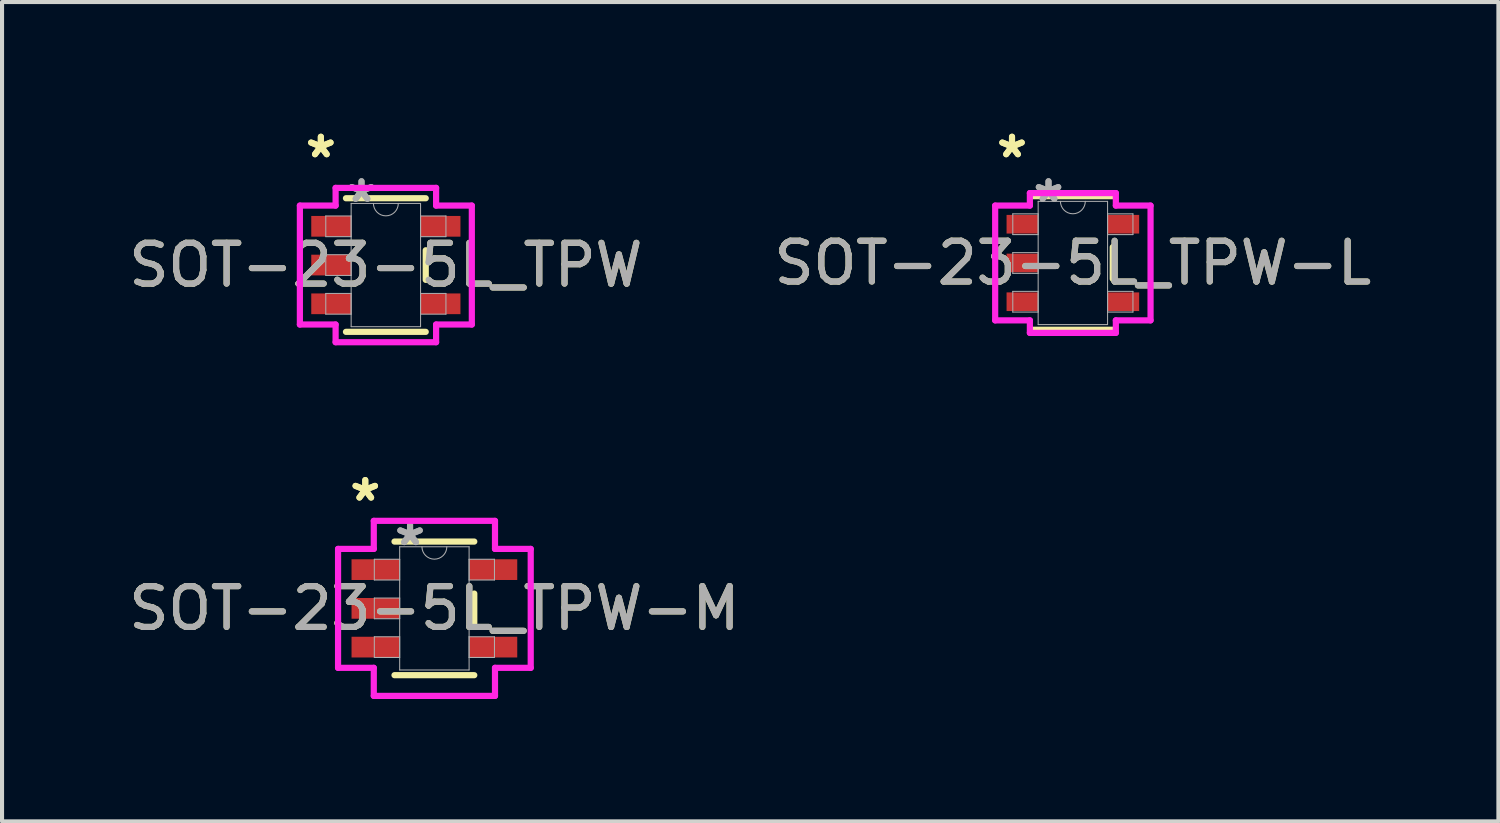
<source format=kicad_pcb>
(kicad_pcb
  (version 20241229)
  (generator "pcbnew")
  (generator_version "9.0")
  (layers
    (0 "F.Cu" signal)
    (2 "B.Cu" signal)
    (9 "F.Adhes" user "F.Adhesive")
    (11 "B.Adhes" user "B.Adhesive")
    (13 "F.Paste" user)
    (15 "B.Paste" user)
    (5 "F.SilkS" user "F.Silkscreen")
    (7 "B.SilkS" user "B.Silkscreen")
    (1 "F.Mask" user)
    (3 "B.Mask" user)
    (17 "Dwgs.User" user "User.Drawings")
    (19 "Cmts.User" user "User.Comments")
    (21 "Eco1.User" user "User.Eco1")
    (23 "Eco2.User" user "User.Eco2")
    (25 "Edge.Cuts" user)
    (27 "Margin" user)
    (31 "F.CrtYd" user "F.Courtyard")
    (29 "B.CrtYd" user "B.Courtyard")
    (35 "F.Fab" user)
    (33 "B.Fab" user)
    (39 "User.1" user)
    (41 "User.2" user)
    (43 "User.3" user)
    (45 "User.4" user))
  (footprint "SOT-23-5L_TPW-L"
    (layer "F.Cu")
    (at 23.256 3.398)
    (property "Reference" "SOT-23-5L_TPW-L" (at 0 0 0) (unlocked yes) (layer "F.SilkS") (effects (font (size 1 1) (thickness 0.15))))
    (attr smd)
    (fp_line (start -0.978 1.638) (end 0.978 1.638) (stroke (width 0.152) (type solid)) (layer "F.SilkS"))
    (fp_line (start 0.978 -1.638) (end -0.978 -1.638) (stroke (width 0.152) (type solid)) (layer "F.SilkS"))
    (fp_line (start 0.978 0.389) (end 0.978 -0.389) (stroke (width 0.152) (type solid)) (layer "F.SilkS"))
    (fp_line (start -1.905 -1.407) (end -1.054 -1.407) (stroke (width 0.152) (type solid)) (layer "F.CrtYd"))
    (fp_line (start -1.905 1.407) (end -1.905 -1.407) (stroke (width 0.152) (type solid)) (layer "F.CrtYd"))
    (fp_line (start -1.054 -1.714) (end 1.054 -1.714) (stroke (width 0.152) (type solid)) (layer "F.CrtYd"))
    (fp_line (start -1.054 -1.407) (end -1.054 -1.714) (stroke (width 0.152) (type solid)) (layer "F.CrtYd"))
    (fp_line (start -1.054 1.407) (end -1.905 1.407) (stroke (width 0.152) (type solid)) (layer "F.CrtYd"))
    (fp_line (start -1.054 1.714) (end -1.054 1.407) (stroke (width 0.152) (type solid)) (layer "F.CrtYd"))
    (fp_line (start 1.054 -1.714) (end 1.054 -1.407) (stroke (width 0.152) (type solid)) (layer "F.CrtYd"))
    (fp_line (start 1.054 -1.407) (end 1.905 -1.407) (stroke (width 0.152) (type solid)) (layer "F.CrtYd"))
    (fp_line (start 1.054 1.407) (end 1.054 1.714) (stroke (width 0.152) (type solid)) (layer "F.CrtYd"))
    (fp_line (start 1.054 1.714) (end -1.054 1.714) (stroke (width 0.152) (type solid)) (layer "F.CrtYd"))
    (fp_line (start 1.905 -1.407) (end 1.905 1.407) (stroke (width 0.152) (type solid)) (layer "F.CrtYd"))
    (fp_line (start 1.905 1.407) (end 1.054 1.407) (stroke (width 0.152) (type solid)) (layer "F.CrtYd"))
    (fp_line (start -1.473 -1.204) (end -1.473 -0.696) (stroke (width 0.025) (type solid)) (layer "F.Fab"))
    (fp_line (start -1.473 -0.696) (end -0.851 -0.696) (stroke (width 0.025) (type solid)) (layer "F.Fab"))
    (fp_line (start -1.473 -0.254) (end -1.473 0.254) (stroke (width 0.025) (type solid)) (layer "F.Fab"))
    (fp_line (start -1.473 0.254) (end -0.851 0.254) (stroke (width 0.025) (type solid)) (layer "F.Fab"))
    (fp_line (start -1.473 0.696) (end -1.473 1.204) (stroke (width 0.025) (type solid)) (layer "F.Fab"))
    (fp_line (start -1.473 1.204) (end -0.851 1.204) (stroke (width 0.025) (type solid)) (layer "F.Fab"))
    (fp_line (start -0.851 -1.511) (end -0.851 1.511) (stroke (width 0.025) (type solid)) (layer "F.Fab"))
    (fp_line (start -0.851 -1.204) (end -1.473 -1.204) (stroke (width 0.025) (type solid)) (layer "F.Fab"))
    (fp_line (start -0.851 -0.696) (end -0.851 -1.204) (stroke (width 0.025) (type solid)) (layer "F.Fab"))
    (fp_line (start -0.851 -0.254) (end -1.473 -0.254) (stroke (width 0.025) (type solid)) (layer "F.Fab"))
    (fp_line (start -0.851 0.254) (end -0.851 -0.254) (stroke (width 0.025) (type solid)) (layer "F.Fab"))
    (fp_line (start -0.851 0.696) (end -1.473 0.696) (stroke (width 0.025) (type solid)) (layer "F.Fab"))
    (fp_line (start -0.851 1.204) (end -0.851 0.696) (stroke (width 0.025) (type solid)) (layer "F.Fab"))
    (fp_line (start -0.851 1.511) (end 0.851 1.511) (stroke (width 0.025) (type solid)) (layer "F.Fab"))
    (fp_line (start 0.851 -1.511) (end -0.851 -1.511) (stroke (width 0.025) (type solid)) (layer "F.Fab"))
    (fp_line (start 0.851 -1.204) (end 0.851 -0.696) (stroke (width 0.025) (type solid)) (layer "F.Fab"))
    (fp_line (start 0.851 -0.696) (end 1.473 -0.696) (stroke (width 0.025) (type solid)) (layer "F.Fab"))
    (fp_line (start 0.851 0.696) (end 0.851 1.204) (stroke (width 0.025) (type solid)) (layer "F.Fab"))
    (fp_line (start 0.851 1.204) (end 1.473 1.204) (stroke (width 0.025) (type solid)) (layer "F.Fab"))
    (fp_line (start 0.851 1.511) (end 0.851 -1.511) (stroke (width 0.025) (type solid)) (layer "F.Fab"))
    (fp_line (start 1.473 -1.204) (end 0.851 -1.204) (stroke (width 0.025) (type solid)) (layer "F.Fab"))
    (fp_line (start 1.473 -0.696) (end 1.473 -1.204) (stroke (width 0.025) (type solid)) (layer "F.Fab"))
    (fp_line (start 1.473 0.696) (end 0.851 0.696) (stroke (width 0.025) (type solid)) (layer "F.Fab"))
    (fp_line (start 1.473 1.204) (end 1.473 0.696) (stroke (width 0.025) (type solid)) (layer "F.Fab"))
    (fp_arc (start 0.3048 -1.5113) (mid 0 -1.2065) (end -0.3048 -1.5113) (stroke (width 0.0254) (type solid)) (layer "F.Fab"))
    (fp_text user "*" (at -1.492 -2.55 0) (unlocked yes) (layer "F.SilkS") (effects (font (size 1 1) (thickness 0.15))))
    (fp_text user "*" (at -1.492 -2.55 0) (layer "F.SilkS") (effects (font (size 1 1) (thickness 0.15))))
    (fp_text user "*" (at -0.597 -1.458 0) (layer "F.Fab") (effects (font (size 1 1) (thickness 0.15))))
    (fp_text user "${REFERENCE}" (at 0 0 0) (unlocked yes) (layer "F.Fab") (effects (font (size 1 1) (thickness 0.15))))
    (fp_text user "*" (at -0.597 -1.458 0) (unlocked yes) (layer "F.Fab") (effects (font (size 1 1) (thickness 0.15))))
    (pad "1" smd rect (at -1.238 -0.95) (size 0.775 0.457) (layers "F.Cu" "F.Mask" "F.Paste"))
    (pad "2" smd rect (at -1.238 0) (size 0.775 0.457) (layers "F.Cu" "F.Mask" "F.Paste"))
    (pad "3" smd rect (at -1.238 0.95) (size 0.775 0.457) (layers "F.Cu" "F.Mask" "F.Paste"))
    (pad "4" smd rect (at 1.238 0.95) (size 0.775 0.457) (layers "F.Cu" "F.Mask" "F.Paste"))
    (pad "5" smd rect (at 1.238 -0.95) (size 0.775 0.457) (layers "F.Cu" "F.Mask" "F.Paste")))
  (footprint "SOT-23-5L_TPW"
    (layer "F.Cu")
    (at 6.411 3.449)
    (property "Reference" "SOT-23-5L_TPW" (at 0 0 0) (unlocked yes) (layer "F.SilkS") (effects (font (size 1 1) (thickness 0.15))))
    (attr smd)
    (fp_line (start -0.978 1.638) (end 0.978 1.638) (stroke (width 0.152) (type solid)) (layer "F.SilkS"))
    (fp_line (start 0.978 -1.638) (end -0.978 -1.638) (stroke (width 0.152) (type solid)) (layer "F.SilkS"))
    (fp_line (start 0.978 0.363) (end 0.978 -0.363) (stroke (width 0.152) (type solid)) (layer "F.SilkS"))
    (fp_line (start -2.108 -1.458) (end -1.232 -1.458) (stroke (width 0.152) (type solid)) (layer "F.CrtYd"))
    (fp_line (start -2.108 1.458) (end -2.108 -1.458) (stroke (width 0.152) (type solid)) (layer "F.CrtYd"))
    (fp_line (start -1.232 -1.892) (end 1.232 -1.892) (stroke (width 0.152) (type solid)) (layer "F.CrtYd"))
    (fp_line (start -1.232 -1.458) (end -1.232 -1.892) (stroke (width 0.152) (type solid)) (layer "F.CrtYd"))
    (fp_line (start -1.232 1.458) (end -2.108 1.458) (stroke (width 0.152) (type solid)) (layer "F.CrtYd"))
    (fp_line (start -1.232 1.892) (end -1.232 1.458) (stroke (width 0.152) (type solid)) (layer "F.CrtYd"))
    (fp_line (start 1.232 -1.892) (end 1.232 -1.458) (stroke (width 0.152) (type solid)) (layer "F.CrtYd"))
    (fp_line (start 1.232 -1.458) (end 2.108 -1.458) (stroke (width 0.152) (type solid)) (layer "F.CrtYd"))
    (fp_line (start 1.232 1.458) (end 1.232 1.892) (stroke (width 0.152) (type solid)) (layer "F.CrtYd"))
    (fp_line (start 1.232 1.892) (end -1.232 1.892) (stroke (width 0.152) (type solid)) (layer "F.CrtYd"))
    (fp_line (start 2.108 -1.458) (end 2.108 1.458) (stroke (width 0.152) (type solid)) (layer "F.CrtYd"))
    (fp_line (start 2.108 1.458) (end 1.232 1.458) (stroke (width 0.152) (type solid)) (layer "F.CrtYd"))
    (fp_line (start -1.473 -1.204) (end -1.473 -0.696) (stroke (width 0.025) (type solid)) (layer "F.Fab"))
    (fp_line (start -1.473 -0.696) (end -0.851 -0.696) (stroke (width 0.025) (type solid)) (layer "F.Fab"))
    (fp_line (start -1.473 -0.254) (end -1.473 0.254) (stroke (width 0.025) (type solid)) (layer "F.Fab"))
    (fp_line (start -1.473 0.254) (end -0.851 0.254) (stroke (width 0.025) (type solid)) (layer "F.Fab"))
    (fp_line (start -1.473 0.696) (end -1.473 1.204) (stroke (width 0.025) (type solid)) (layer "F.Fab"))
    (fp_line (start -1.473 1.204) (end -0.851 1.204) (stroke (width 0.025) (type solid)) (layer "F.Fab"))
    (fp_line (start -0.851 -1.511) (end -0.851 1.511) (stroke (width 0.025) (type solid)) (layer "F.Fab"))
    (fp_line (start -0.851 -1.204) (end -1.473 -1.204) (stroke (width 0.025) (type solid)) (layer "F.Fab"))
    (fp_line (start -0.851 -0.696) (end -0.851 -1.204) (stroke (width 0.025) (type solid)) (layer "F.Fab"))
    (fp_line (start -0.851 -0.254) (end -1.473 -0.254) (stroke (width 0.025) (type solid)) (layer "F.Fab"))
    (fp_line (start -0.851 0.254) (end -0.851 -0.254) (stroke (width 0.025) (type solid)) (layer "F.Fab"))
    (fp_line (start -0.851 0.696) (end -1.473 0.696) (stroke (width 0.025) (type solid)) (layer "F.Fab"))
    (fp_line (start -0.851 1.204) (end -0.851 0.696) (stroke (width 0.025) (type solid)) (layer "F.Fab"))
    (fp_line (start -0.851 1.511) (end 0.851 1.511) (stroke (width 0.025) (type solid)) (layer "F.Fab"))
    (fp_line (start 0.851 -1.511) (end -0.851 -1.511) (stroke (width 0.025) (type solid)) (layer "F.Fab"))
    (fp_line (start 0.851 -1.204) (end 0.851 -0.696) (stroke (width 0.025) (type solid)) (layer "F.Fab"))
    (fp_line (start 0.851 -0.696) (end 1.473 -0.696) (stroke (width 0.025) (type solid)) (layer "F.Fab"))
    (fp_line (start 0.851 0.696) (end 0.851 1.204) (stroke (width 0.025) (type solid)) (layer "F.Fab"))
    (fp_line (start 0.851 1.204) (end 1.473 1.204) (stroke (width 0.025) (type solid)) (layer "F.Fab"))
    (fp_line (start 0.851 1.511) (end 0.851 -1.511) (stroke (width 0.025) (type solid)) (layer "F.Fab"))
    (fp_line (start 1.473 -1.204) (end 0.851 -1.204) (stroke (width 0.025) (type solid)) (layer "F.Fab"))
    (fp_line (start 1.473 -0.696) (end 1.473 -1.204) (stroke (width 0.025) (type solid)) (layer "F.Fab"))
    (fp_line (start 1.473 0.696) (end 0.851 0.696) (stroke (width 0.025) (type solid)) (layer "F.Fab"))
    (fp_line (start 1.473 1.204) (end 1.473 0.696) (stroke (width 0.025) (type solid)) (layer "F.Fab"))
    (fp_arc (start 0.3048 -1.5113) (mid 0 -1.2065) (end -0.3048 -1.5113) (stroke (width 0.0254) (type solid)) (layer "F.Fab"))
    (fp_text user "*" (at -1.594 -2.601 0) (layer "F.SilkS") (effects (font (size 1 1) (thickness 0.15))))
    (fp_text user "*" (at -1.594 -2.601 0) (unlocked yes) (layer "F.SilkS") (effects (font (size 1 1) (thickness 0.15))))
    (fp_text user "${REFERENCE}" (at 0 0 0) (unlocked yes) (layer "F.Fab") (effects (font (size 1 1) (thickness 0.15))))
    (fp_text user "*" (at -0.597 -1.509 0) (unlocked yes) (layer "F.Fab") (effects (font (size 1 1) (thickness 0.15))))
    (fp_text user "*" (at -0.597 -1.509 0) (layer "F.Fab") (effects (font (size 1 1) (thickness 0.15))))
    (pad "1" smd rect (at -1.34 -0.95) (size 0.978 0.508) (layers "F.Cu" "F.Mask" "F.Paste"))
    (pad "2" smd rect (at -1.34 0) (size 0.978 0.508) (layers "F.Cu" "F.Mask" "F.Paste"))
    (pad "3" smd rect (at -1.34 0.95) (size 0.978 0.508) (layers "F.Cu" "F.Mask" "F.Paste"))
    (pad "4" smd rect (at 1.34 0.95) (size 0.978 0.508) (layers "F.Cu" "F.Mask" "F.Paste"))
    (pad "5" smd rect (at 1.34 -0.95) (size 0.978 0.508) (layers "F.Cu" "F.Mask" "F.Paste")))
  (footprint "SOT-23-5L_TPW-M"
    (layer "F.Cu")
    (at 7.601 11.867)
    (property "Reference" "SOT-23-5L_TPW-M" (at 0 0 0) (unlocked yes) (layer "F.SilkS") (effects (font (size 1 1) (thickness 0.15))))
    (attr smd)
    (fp_line (start -0.978 1.638) (end 0.978 1.638) (stroke (width 0.152) (type solid)) (layer "F.SilkS"))
    (fp_line (start 0.978 -1.638) (end -0.978 -1.638) (stroke (width 0.152) (type solid)) (layer "F.SilkS"))
    (fp_line (start 0.978 0.363) (end 0.978 -0.363) (stroke (width 0.152) (type solid)) (layer "F.SilkS"))
    (fp_line (start -2.362 -1.458) (end -1.486 -1.458) (stroke (width 0.152) (type solid)) (layer "F.CrtYd"))
    (fp_line (start -2.362 1.458) (end -2.362 -1.458) (stroke (width 0.152) (type solid)) (layer "F.CrtYd"))
    (fp_line (start -1.486 -2.146) (end 1.486 -2.146) (stroke (width 0.152) (type solid)) (layer "F.CrtYd"))
    (fp_line (start -1.486 -1.458) (end -1.486 -2.146) (stroke (width 0.152) (type solid)) (layer "F.CrtYd"))
    (fp_line (start -1.486 1.458) (end -2.362 1.458) (stroke (width 0.152) (type solid)) (layer "F.CrtYd"))
    (fp_line (start -1.486 2.146) (end -1.486 1.458) (stroke (width 0.152) (type solid)) (layer "F.CrtYd"))
    (fp_line (start 1.486 -2.146) (end 1.486 -1.458) (stroke (width 0.152) (type solid)) (layer "F.CrtYd"))
    (fp_line (start 1.486 -1.458) (end 2.362 -1.458) (stroke (width 0.152) (type solid)) (layer "F.CrtYd"))
    (fp_line (start 1.486 1.458) (end 1.486 2.146) (stroke (width 0.152) (type solid)) (layer "F.CrtYd"))
    (fp_line (start 1.486 2.146) (end -1.486 2.146) (stroke (width 0.152) (type solid)) (layer "F.CrtYd"))
    (fp_line (start 2.362 -1.458) (end 2.362 1.458) (stroke (width 0.152) (type solid)) (layer "F.CrtYd"))
    (fp_line (start 2.362 1.458) (end 1.486 1.458) (stroke (width 0.152) (type solid)) (layer "F.CrtYd"))
    (fp_line (start -1.473 -1.204) (end -1.473 -0.696) (stroke (width 0.025) (type solid)) (layer "F.Fab"))
    (fp_line (start -1.473 -0.696) (end -0.851 -0.696) (stroke (width 0.025) (type solid)) (layer "F.Fab"))
    (fp_line (start -1.473 -0.254) (end -1.473 0.254) (stroke (width 0.025) (type solid)) (layer "F.Fab"))
    (fp_line (start -1.473 0.254) (end -0.851 0.254) (stroke (width 0.025) (type solid)) (layer "F.Fab"))
    (fp_line (start -1.473 0.696) (end -1.473 1.204) (stroke (width 0.025) (type solid)) (layer "F.Fab"))
    (fp_line (start -1.473 1.204) (end -0.851 1.204) (stroke (width 0.025) (type solid)) (layer "F.Fab"))
    (fp_line (start -0.851 -1.511) (end -0.851 1.511) (stroke (width 0.025) (type solid)) (layer "F.Fab"))
    (fp_line (start -0.851 -1.204) (end -1.473 -1.204) (stroke (width 0.025) (type solid)) (layer "F.Fab"))
    (fp_line (start -0.851 -0.696) (end -0.851 -1.204) (stroke (width 0.025) (type solid)) (layer "F.Fab"))
    (fp_line (start -0.851 -0.254) (end -1.473 -0.254) (stroke (width 0.025) (type solid)) (layer "F.Fab"))
    (fp_line (start -0.851 0.254) (end -0.851 -0.254) (stroke (width 0.025) (type solid)) (layer "F.Fab"))
    (fp_line (start -0.851 0.696) (end -1.473 0.696) (stroke (width 0.025) (type solid)) (layer "F.Fab"))
    (fp_line (start -0.851 1.204) (end -0.851 0.696) (stroke (width 0.025) (type solid)) (layer "F.Fab"))
    (fp_line (start -0.851 1.511) (end 0.851 1.511) (stroke (width 0.025) (type solid)) (layer "F.Fab"))
    (fp_line (start 0.851 -1.511) (end -0.851 -1.511) (stroke (width 0.025) (type solid)) (layer "F.Fab"))
    (fp_line (start 0.851 -1.204) (end 0.851 -0.696) (stroke (width 0.025) (type solid)) (layer "F.Fab"))
    (fp_line (start 0.851 -0.696) (end 1.473 -0.696) (stroke (width 0.025) (type solid)) (layer "F.Fab"))
    (fp_line (start 0.851 0.696) (end 0.851 1.204) (stroke (width 0.025) (type solid)) (layer "F.Fab"))
    (fp_line (start 0.851 1.204) (end 1.473 1.204) (stroke (width 0.025) (type solid)) (layer "F.Fab"))
    (fp_line (start 0.851 1.511) (end 0.851 -1.511) (stroke (width 0.025) (type solid)) (layer "F.Fab"))
    (fp_line (start 1.473 -1.204) (end 0.851 -1.204) (stroke (width 0.025) (type solid)) (layer "F.Fab"))
    (fp_line (start 1.473 -0.696) (end 1.473 -1.204) (stroke (width 0.025) (type solid)) (layer "F.Fab"))
    (fp_line (start 1.473 0.696) (end 0.851 0.696) (stroke (width 0.025) (type solid)) (layer "F.Fab"))
    (fp_line (start 1.473 1.204) (end 1.473 0.696) (stroke (width 0.025) (type solid)) (layer "F.Fab"))
    (fp_arc (start 0.3048 -1.5113) (mid 0 -1.2065) (end -0.3048 -1.5113) (stroke (width 0.0254) (type solid)) (layer "F.Fab"))
    (fp_text user "*" (at -1.695 -2.601 0) (unlocked yes) (layer "F.SilkS") (effects (font (size 1 1) (thickness 0.15))))
    (fp_text user "*" (at -1.695 -2.601 0) (layer "F.SilkS") (effects (font (size 1 1) (thickness 0.15))))
    (fp_text user "${REFERENCE}" (at 0 0 0) (unlocked yes) (layer "F.Fab") (effects (font (size 1 1) (thickness 0.15))))
    (fp_text user "*" (at -0.597 -1.509 0) (unlocked yes) (layer "F.Fab") (effects (font (size 1 1) (thickness 0.15))))
    (fp_text user "*" (at -0.597 -1.509 0) (layer "F.Fab") (effects (font (size 1 1) (thickness 0.15))))
    (pad "1" smd rect (at -1.441 -0.95) (size 1.181 0.508) (layers "F.Cu" "F.Mask" "F.Paste"))
    (pad "2" smd rect (at -1.441 0) (size 1.181 0.508) (layers "F.Cu" "F.Mask" "F.Paste"))
    (pad "3" smd rect (at -1.441 0.95) (size 1.181 0.508) (layers "F.Cu" "F.Mask" "F.Paste"))
    (pad "4" smd rect (at 1.441 0.95) (size 1.181 0.508) (layers "F.Cu" "F.Mask" "F.Paste"))
    (pad "5" smd rect (at 1.441 -0.95) (size 1.181 0.508) (layers "F.Cu" "F.Mask" "F.Paste")))
  (gr_rect
    (start -3 -3)
    (end 33.69 17.09)
    (stroke (width 0.1) (type default))
    (fill no)
    (layer "Edge.Cuts")))
</source>
